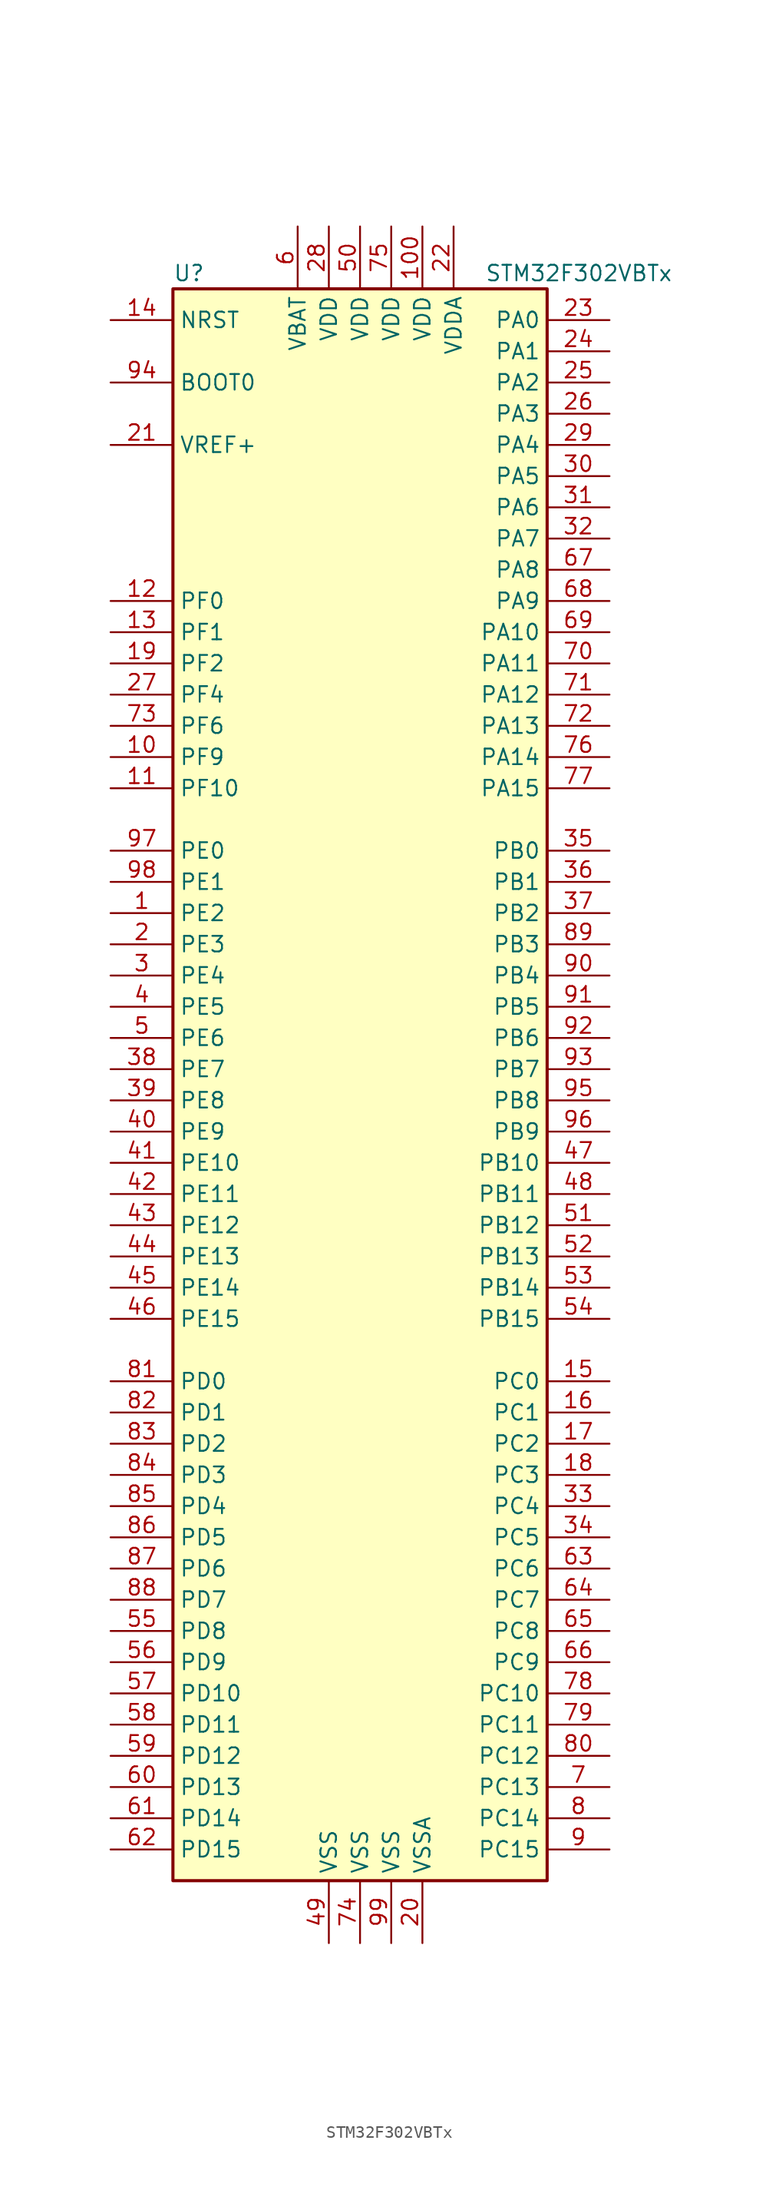
<source format=kicad_sym>
(kicad_symbol_lib
  (version 20201005)
  (generator kicad_symbol_editor)
  (symbol "STM32F302VBTx"
    (property "Reference" "U"
      (at -15.24 64.77 0)
      (effects (font (size 1.27 1.27)) (justify left)))
    (property "Value" "STM32F302VBTx"
      (at 10.16 64.77 0)
      (effects (font (size 1.27 1.27)) (justify left)))
    (symbol "STM32F302VBTx_0_1"
      (rectangle (start -15.24 -66.04) (end 15.24 63.5) (stroke (width 0.254)) (fill (type background))))
    (symbol "STM32F302VBTx_1_1"
      (pin input line (at -20.32 55.88 0) (length 5.08) (name "BOOT0" (effects (font (size 1.27 1.27)))) (number "94" (effects (font (size 1.27 1.27)))))
      (pin input line (at -20.32 60.96 0) (length 5.08) (name "NRST" (effects (font (size 1.27 1.27)))) (number "14" (effects (font (size 1.27 1.27)))))
      (pin bidirectional line (at 20.32 60.96 180) (length 5.08) (name "PA0" (effects (font (size 1.27 1.27)))) (number "23" (effects (font (size 1.27 1.27)))))
      (pin bidirectional line (at 20.32 58.42 180) (length 5.08) (name "PA1" (effects (font (size 1.27 1.27)))) (number "24" (effects (font (size 1.27 1.27)))))
      (pin bidirectional line (at 20.32 35.56 180) (length 5.08) (name "PA10" (effects (font (size 1.27 1.27)))) (number "69" (effects (font (size 1.27 1.27)))))
      (pin bidirectional line (at 20.32 33.02 180) (length 5.08) (name "PA11" (effects (font (size 1.27 1.27)))) (number "70" (effects (font (size 1.27 1.27)))))
      (pin bidirectional line (at 20.32 30.48 180) (length 5.08) (name "PA12" (effects (font (size 1.27 1.27)))) (number "71" (effects (font (size 1.27 1.27)))))
      (pin bidirectional line (at 20.32 27.94 180) (length 5.08) (name "PA13" (effects (font (size 1.27 1.27)))) (number "72" (effects (font (size 1.27 1.27)))))
      (pin bidirectional line (at 20.32 25.4 180) (length 5.08) (name "PA14" (effects (font (size 1.27 1.27)))) (number "76" (effects (font (size 1.27 1.27)))))
      (pin bidirectional line (at 20.32 22.86 180) (length 5.08) (name "PA15" (effects (font (size 1.27 1.27)))) (number "77" (effects (font (size 1.27 1.27)))))
      (pin bidirectional line (at 20.32 55.88 180) (length 5.08) (name "PA2" (effects (font (size 1.27 1.27)))) (number "25" (effects (font (size 1.27 1.27)))))
      (pin bidirectional line (at 20.32 53.34 180) (length 5.08) (name "PA3" (effects (font (size 1.27 1.27)))) (number "26" (effects (font (size 1.27 1.27)))))
      (pin bidirectional line (at 20.32 50.8 180) (length 5.08) (name "PA4" (effects (font (size 1.27 1.27)))) (number "29" (effects (font (size 1.27 1.27)))))
      (pin bidirectional line (at 20.32 48.26 180) (length 5.08) (name "PA5" (effects (font (size 1.27 1.27)))) (number "30" (effects (font (size 1.27 1.27)))))
      (pin bidirectional line (at 20.32 45.72 180) (length 5.08) (name "PA6" (effects (font (size 1.27 1.27)))) (number "31" (effects (font (size 1.27 1.27)))))
      (pin bidirectional line (at 20.32 43.18 180) (length 5.08) (name "PA7" (effects (font (size 1.27 1.27)))) (number "32" (effects (font (size 1.27 1.27)))))
      (pin bidirectional line (at 20.32 40.64 180) (length 5.08) (name "PA8" (effects (font (size 1.27 1.27)))) (number "67" (effects (font (size 1.27 1.27)))))
      (pin bidirectional line (at 20.32 38.1 180) (length 5.08) (name "PA9" (effects (font (size 1.27 1.27)))) (number "68" (effects (font (size 1.27 1.27)))))
      (pin bidirectional line (at 20.32 17.78 180) (length 5.08) (name "PB0" (effects (font (size 1.27 1.27)))) (number "35" (effects (font (size 1.27 1.27)))))
      (pin bidirectional line (at 20.32 15.24 180) (length 5.08) (name "PB1" (effects (font (size 1.27 1.27)))) (number "36" (effects (font (size 1.27 1.27)))))
      (pin bidirectional line (at 20.32 -7.62 180) (length 5.08) (name "PB10" (effects (font (size 1.27 1.27)))) (number "47" (effects (font (size 1.27 1.27)))))
      (pin bidirectional line (at 20.32 -10.16 180) (length 5.08) (name "PB11" (effects (font (size 1.27 1.27)))) (number "48" (effects (font (size 1.27 1.27)))))
      (pin bidirectional line (at 20.32 -12.7 180) (length 5.08) (name "PB12" (effects (font (size 1.27 1.27)))) (number "51" (effects (font (size 1.27 1.27)))))
      (pin bidirectional line (at 20.32 -15.24 180) (length 5.08) (name "PB13" (effects (font (size 1.27 1.27)))) (number "52" (effects (font (size 1.27 1.27)))))
      (pin bidirectional line (at 20.32 -17.78 180) (length 5.08) (name "PB14" (effects (font (size 1.27 1.27)))) (number "53" (effects (font (size 1.27 1.27)))))
      (pin bidirectional line (at 20.32 -20.32 180) (length 5.08) (name "PB15" (effects (font (size 1.27 1.27)))) (number "54" (effects (font (size 1.27 1.27)))))
      (pin bidirectional line (at 20.32 12.7 180) (length 5.08) (name "PB2" (effects (font (size 1.27 1.27)))) (number "37" (effects (font (size 1.27 1.27)))))
      (pin bidirectional line (at 20.32 10.16 180) (length 5.08) (name "PB3" (effects (font (size 1.27 1.27)))) (number "89" (effects (font (size 1.27 1.27)))))
      (pin bidirectional line (at 20.32 7.62 180) (length 5.08) (name "PB4" (effects (font (size 1.27 1.27)))) (number "90" (effects (font (size 1.27 1.27)))))
      (pin bidirectional line (at 20.32 5.08 180) (length 5.08) (name "PB5" (effects (font (size 1.27 1.27)))) (number "91" (effects (font (size 1.27 1.27)))))
      (pin bidirectional line (at 20.32 2.54 180) (length 5.08) (name "PB6" (effects (font (size 1.27 1.27)))) (number "92" (effects (font (size 1.27 1.27)))))
      (pin bidirectional line (at 20.32 0 180) (length 5.08) (name "PB7" (effects (font (size 1.27 1.27)))) (number "93" (effects (font (size 1.27 1.27)))))
      (pin bidirectional line (at 20.32 -2.54 180) (length 5.08) (name "PB8" (effects (font (size 1.27 1.27)))) (number "95" (effects (font (size 1.27 1.27)))))
      (pin bidirectional line (at 20.32 -5.08 180) (length 5.08) (name "PB9" (effects (font (size 1.27 1.27)))) (number "96" (effects (font (size 1.27 1.27)))))
      (pin bidirectional line (at 20.32 -25.4 180) (length 5.08) (name "PC0" (effects (font (size 1.27 1.27)))) (number "15" (effects (font (size 1.27 1.27)))))
      (pin bidirectional line (at 20.32 -27.94 180) (length 5.08) (name "PC1" (effects (font (size 1.27 1.27)))) (number "16" (effects (font (size 1.27 1.27)))))
      (pin bidirectional line (at 20.32 -50.8 180) (length 5.08) (name "PC10" (effects (font (size 1.27 1.27)))) (number "78" (effects (font (size 1.27 1.27)))))
      (pin bidirectional line (at 20.32 -53.34 180) (length 5.08) (name "PC11" (effects (font (size 1.27 1.27)))) (number "79" (effects (font (size 1.27 1.27)))))
      (pin bidirectional line (at 20.32 -55.88 180) (length 5.08) (name "PC12" (effects (font (size 1.27 1.27)))) (number "80" (effects (font (size 1.27 1.27)))))
      (pin bidirectional line (at 20.32 -58.42 180) (length 5.08) (name "PC13" (effects (font (size 1.27 1.27)))) (number "7" (effects (font (size 1.27 1.27)))))
      (pin bidirectional line (at 20.32 -60.96 180) (length 5.08) (name "PC14" (effects (font (size 1.27 1.27)))) (number "8" (effects (font (size 1.27 1.27)))))
      (pin bidirectional line (at 20.32 -63.5 180) (length 5.08) (name "PC15" (effects (font (size 1.27 1.27)))) (number "9" (effects (font (size 1.27 1.27)))))
      (pin bidirectional line (at 20.32 -30.48 180) (length 5.08) (name "PC2" (effects (font (size 1.27 1.27)))) (number "17" (effects (font (size 1.27 1.27)))))
      (pin bidirectional line (at 20.32 -33.02 180) (length 5.08) (name "PC3" (effects (font (size 1.27 1.27)))) (number "18" (effects (font (size 1.27 1.27)))))
      (pin bidirectional line (at 20.32 -35.56 180) (length 5.08) (name "PC4" (effects (font (size 1.27 1.27)))) (number "33" (effects (font (size 1.27 1.27)))))
      (pin bidirectional line (at 20.32 -38.1 180) (length 5.08) (name "PC5" (effects (font (size 1.27 1.27)))) (number "34" (effects (font (size 1.27 1.27)))))
      (pin bidirectional line (at 20.32 -40.64 180) (length 5.08) (name "PC6" (effects (font (size 1.27 1.27)))) (number "63" (effects (font (size 1.27 1.27)))))
      (pin bidirectional line (at 20.32 -43.18 180) (length 5.08) (name "PC7" (effects (font (size 1.27 1.27)))) (number "64" (effects (font (size 1.27 1.27)))))
      (pin bidirectional line (at 20.32 -45.72 180) (length 5.08) (name "PC8" (effects (font (size 1.27 1.27)))) (number "65" (effects (font (size 1.27 1.27)))))
      (pin bidirectional line (at 20.32 -48.26 180) (length 5.08) (name "PC9" (effects (font (size 1.27 1.27)))) (number "66" (effects (font (size 1.27 1.27)))))
      (pin bidirectional line (at -20.32 -25.4 0) (length 5.08) (name "PD0" (effects (font (size 1.27 1.27)))) (number "81" (effects (font (size 1.27 1.27)))))
      (pin bidirectional line (at -20.32 -27.94 0) (length 5.08) (name "PD1" (effects (font (size 1.27 1.27)))) (number "82" (effects (font (size 1.27 1.27)))))
      (pin bidirectional line (at -20.32 -50.8 0) (length 5.08) (name "PD10" (effects (font (size 1.27 1.27)))) (number "57" (effects (font (size 1.27 1.27)))))
      (pin bidirectional line (at -20.32 -53.34 0) (length 5.08) (name "PD11" (effects (font (size 1.27 1.27)))) (number "58" (effects (font (size 1.27 1.27)))))
      (pin bidirectional line (at -20.32 -55.88 0) (length 5.08) (name "PD12" (effects (font (size 1.27 1.27)))) (number "59" (effects (font (size 1.27 1.27)))))
      (pin bidirectional line (at -20.32 -58.42 0) (length 5.08) (name "PD13" (effects (font (size 1.27 1.27)))) (number "60" (effects (font (size 1.27 1.27)))))
      (pin bidirectional line (at -20.32 -60.96 0) (length 5.08) (name "PD14" (effects (font (size 1.27 1.27)))) (number "61" (effects (font (size 1.27 1.27)))))
      (pin bidirectional line (at -20.32 -63.5 0) (length 5.08) (name "PD15" (effects (font (size 1.27 1.27)))) (number "62" (effects (font (size 1.27 1.27)))))
      (pin bidirectional line (at -20.32 -30.48 0) (length 5.08) (name "PD2" (effects (font (size 1.27 1.27)))) (number "83" (effects (font (size 1.27 1.27)))))
      (pin bidirectional line (at -20.32 -33.02 0) (length 5.08) (name "PD3" (effects (font (size 1.27 1.27)))) (number "84" (effects (font (size 1.27 1.27)))))
      (pin bidirectional line (at -20.32 -35.56 0) (length 5.08) (name "PD4" (effects (font (size 1.27 1.27)))) (number "85" (effects (font (size 1.27 1.27)))))
      (pin bidirectional line (at -20.32 -38.1 0) (length 5.08) (name "PD5" (effects (font (size 1.27 1.27)))) (number "86" (effects (font (size 1.27 1.27)))))
      (pin bidirectional line (at -20.32 -40.64 0) (length 5.08) (name "PD6" (effects (font (size 1.27 1.27)))) (number "87" (effects (font (size 1.27 1.27)))))
      (pin bidirectional line (at -20.32 -43.18 0) (length 5.08) (name "PD7" (effects (font (size 1.27 1.27)))) (number "88" (effects (font (size 1.27 1.27)))))
      (pin bidirectional line (at -20.32 -45.72 0) (length 5.08) (name "PD8" (effects (font (size 1.27 1.27)))) (number "55" (effects (font (size 1.27 1.27)))))
      (pin bidirectional line (at -20.32 -48.26 0) (length 5.08) (name "PD9" (effects (font (size 1.27 1.27)))) (number "56" (effects (font (size 1.27 1.27)))))
      (pin bidirectional line (at -20.32 17.78 0) (length 5.08) (name "PE0" (effects (font (size 1.27 1.27)))) (number "97" (effects (font (size 1.27 1.27)))))
      (pin bidirectional line (at -20.32 15.24 0) (length 5.08) (name "PE1" (effects (font (size 1.27 1.27)))) (number "98" (effects (font (size 1.27 1.27)))))
      (pin bidirectional line (at -20.32 -7.62 0) (length 5.08) (name "PE10" (effects (font (size 1.27 1.27)))) (number "41" (effects (font (size 1.27 1.27)))))
      (pin bidirectional line (at -20.32 -10.16 0) (length 5.08) (name "PE11" (effects (font (size 1.27 1.27)))) (number "42" (effects (font (size 1.27 1.27)))))
      (pin bidirectional line (at -20.32 -12.7 0) (length 5.08) (name "PE12" (effects (font (size 1.27 1.27)))) (number "43" (effects (font (size 1.27 1.27)))))
      (pin bidirectional line (at -20.32 -15.24 0) (length 5.08) (name "PE13" (effects (font (size 1.27 1.27)))) (number "44" (effects (font (size 1.27 1.27)))))
      (pin bidirectional line (at -20.32 -17.78 0) (length 5.08) (name "PE14" (effects (font (size 1.27 1.27)))) (number "45" (effects (font (size 1.27 1.27)))))
      (pin bidirectional line (at -20.32 -20.32 0) (length 5.08) (name "PE15" (effects (font (size 1.27 1.27)))) (number "46" (effects (font (size 1.27 1.27)))))
      (pin bidirectional line (at -20.32 12.7 0) (length 5.08) (name "PE2" (effects (font (size 1.27 1.27)))) (number "1" (effects (font (size 1.27 1.27)))))
      (pin bidirectional line (at -20.32 10.16 0) (length 5.08) (name "PE3" (effects (font (size 1.27 1.27)))) (number "2" (effects (font (size 1.27 1.27)))))
      (pin bidirectional line (at -20.32 7.62 0) (length 5.08) (name "PE4" (effects (font (size 1.27 1.27)))) (number "3" (effects (font (size 1.27 1.27)))))
      (pin bidirectional line (at -20.32 5.08 0) (length 5.08) (name "PE5" (effects (font (size 1.27 1.27)))) (number "4" (effects (font (size 1.27 1.27)))))
      (pin bidirectional line (at -20.32 2.54 0) (length 5.08) (name "PE6" (effects (font (size 1.27 1.27)))) (number "5" (effects (font (size 1.27 1.27)))))
      (pin bidirectional line (at -20.32 0 0) (length 5.08) (name "PE7" (effects (font (size 1.27 1.27)))) (number "38" (effects (font (size 1.27 1.27)))))
      (pin bidirectional line (at -20.32 -2.54 0) (length 5.08) (name "PE8" (effects (font (size 1.27 1.27)))) (number "39" (effects (font (size 1.27 1.27)))))
      (pin bidirectional line (at -20.32 -5.08 0) (length 5.08) (name "PE9" (effects (font (size 1.27 1.27)))) (number "40" (effects (font (size 1.27 1.27)))))
      (pin input line (at -20.32 38.1 0) (length 5.08) (name "PF0" (effects (font (size 1.27 1.27)))) (number "12" (effects (font (size 1.27 1.27)))))
      (pin input line (at -20.32 35.56 0) (length 5.08) (name "PF1" (effects (font (size 1.27 1.27)))) (number "13" (effects (font (size 1.27 1.27)))))
      (pin bidirectional line (at -20.32 22.86 0) (length 5.08) (name "PF10" (effects (font (size 1.27 1.27)))) (number "11" (effects (font (size 1.27 1.27)))))
      (pin bidirectional line (at -20.32 33.02 0) (length 5.08) (name "PF2" (effects (font (size 1.27 1.27)))) (number "19" (effects (font (size 1.27 1.27)))))
      (pin bidirectional line (at -20.32 30.48 0) (length 5.08) (name "PF4" (effects (font (size 1.27 1.27)))) (number "27" (effects (font (size 1.27 1.27)))))
      (pin bidirectional line (at -20.32 27.94 0) (length 5.08) (name "PF6" (effects (font (size 1.27 1.27)))) (number "73" (effects (font (size 1.27 1.27)))))
      (pin bidirectional line (at -20.32 25.4 0) (length 5.08) (name "PF9" (effects (font (size 1.27 1.27)))) (number "10" (effects (font (size 1.27 1.27)))))
      (pin power_in line (at -5.08 68.58 270) (length 5.08) (name "VBAT" (effects (font (size 1.27 1.27)))) (number "6" (effects (font (size 1.27 1.27)))))
      (pin power_in line (at 5.08 68.58 270) (length 5.08) (name "VDD" (effects (font (size 1.27 1.27)))) (number "100" (effects (font (size 1.27 1.27)))))
      (pin power_in line (at -2.54 68.58 270) (length 5.08) (name "VDD" (effects (font (size 1.27 1.27)))) (number "28" (effects (font (size 1.27 1.27)))))
      (pin power_in line (at 0 68.58 270) (length 5.08) (name "VDD" (effects (font (size 1.27 1.27)))) (number "50" (effects (font (size 1.27 1.27)))))
      (pin power_in line (at 2.54 68.58 270) (length 5.08) (name "VDD" (effects (font (size 1.27 1.27)))) (number "75" (effects (font (size 1.27 1.27)))))
      (pin power_in line (at 7.62 68.58 270) (length 5.08) (name "VDDA" (effects (font (size 1.27 1.27)))) (number "22" (effects (font (size 1.27 1.27)))))
      (pin power_in line (at -20.32 50.8 0) (length 5.08) (name "VREF+" (effects (font (size 1.27 1.27)))) (number "21" (effects (font (size 1.27 1.27)))))
      (pin power_in line (at -2.54 -71.12 90) (length 5.08) (name "VSS" (effects (font (size 1.27 1.27)))) (number "49" (effects (font (size 1.27 1.27)))))
      (pin power_in line (at 0 -71.12 90) (length 5.08) (name "VSS" (effects (font (size 1.27 1.27)))) (number "74" (effects (font (size 1.27 1.27)))))
      (pin power_in line (at 2.54 -71.12 90) (length 5.08) (name "VSS" (effects (font (size 1.27 1.27)))) (number "99" (effects (font (size 1.27 1.27)))))
      (pin power_in line (at 5.08 -71.12 90) (length 5.08) (name "VSSA" (effects (font (size 1.27 1.27)))) (number "20" (effects (font (size 1.27 1.27))))))))
</source>
